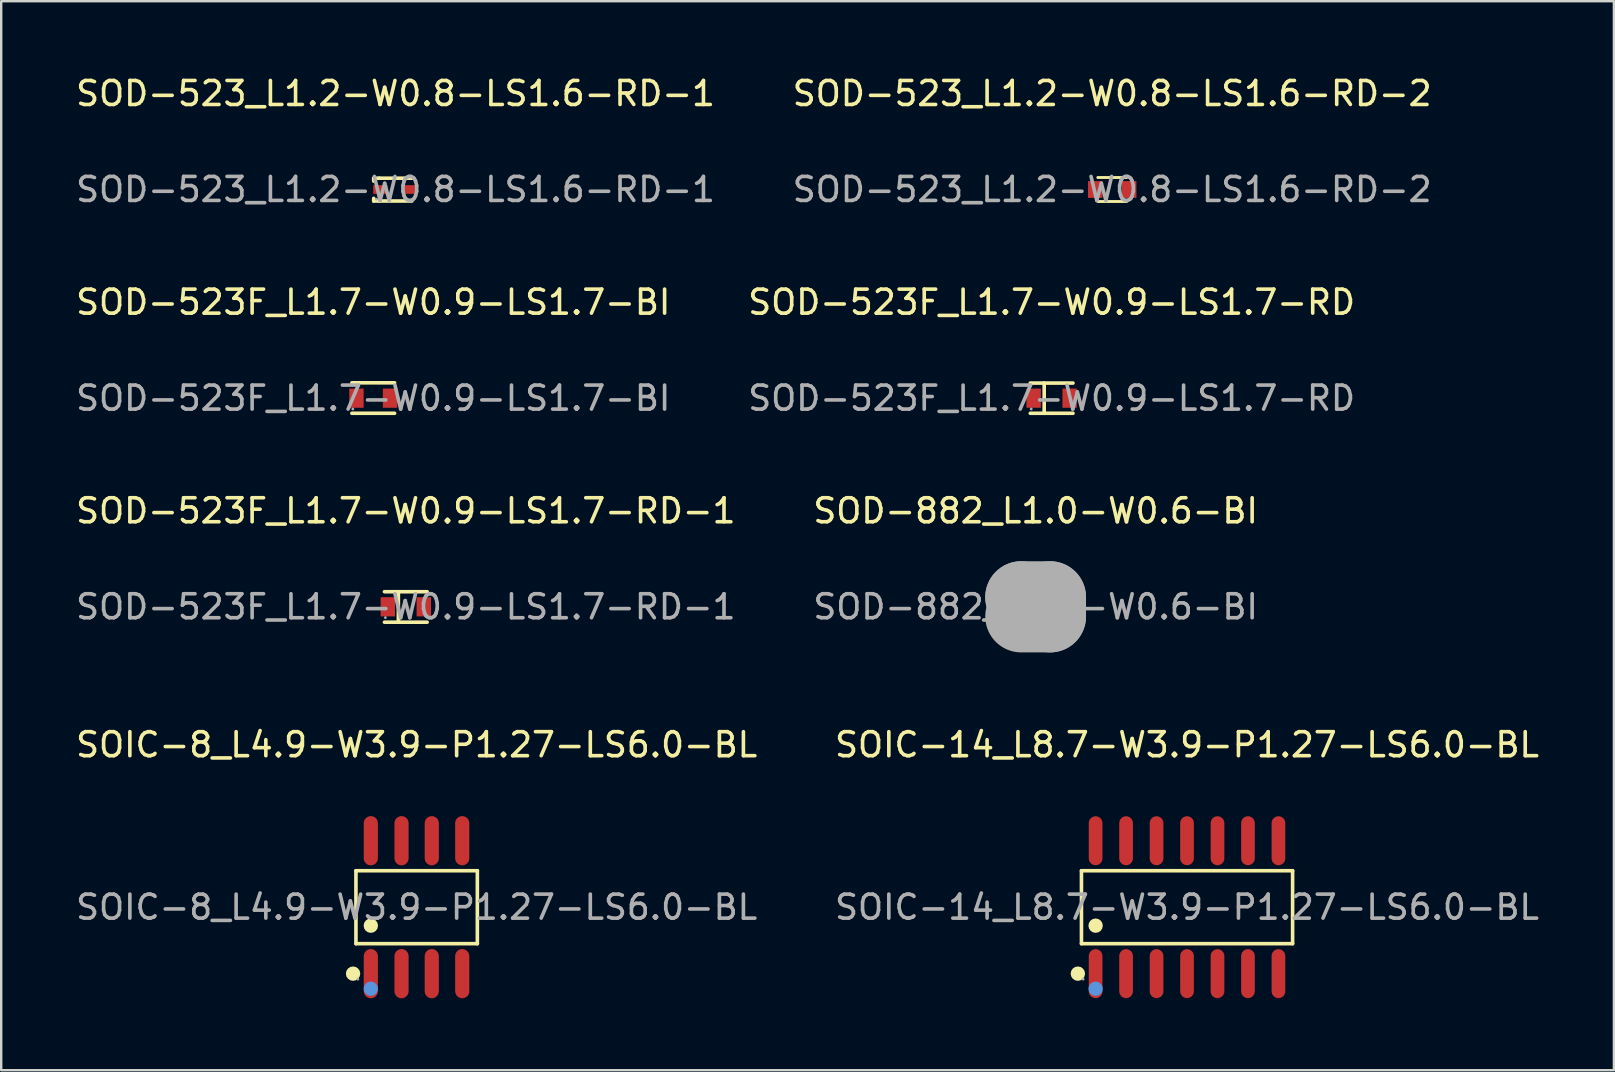
<source format=kicad_pcb>
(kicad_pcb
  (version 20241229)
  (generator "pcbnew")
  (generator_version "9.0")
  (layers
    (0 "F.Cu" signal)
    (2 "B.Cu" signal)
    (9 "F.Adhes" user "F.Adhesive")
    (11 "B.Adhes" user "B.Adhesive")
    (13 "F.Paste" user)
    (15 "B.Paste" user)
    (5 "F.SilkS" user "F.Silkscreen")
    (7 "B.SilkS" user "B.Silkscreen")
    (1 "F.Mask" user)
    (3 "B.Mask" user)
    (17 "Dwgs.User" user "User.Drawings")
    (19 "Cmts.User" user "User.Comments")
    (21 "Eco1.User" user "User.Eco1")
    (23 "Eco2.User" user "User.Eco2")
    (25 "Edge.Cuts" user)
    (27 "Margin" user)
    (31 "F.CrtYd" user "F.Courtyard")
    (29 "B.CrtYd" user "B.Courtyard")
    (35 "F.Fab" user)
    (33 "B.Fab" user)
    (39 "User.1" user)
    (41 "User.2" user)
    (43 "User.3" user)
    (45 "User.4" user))
  (footprint "SOD-523F_L1.7-W0.9-LS1.7-RD"
    (layer "F.Cu")
    (at 40.78 13.545)
    (property "Reference" "SOD-523F_L1.7-W0.9-LS1.7-RD" (at 0 -4 0) (layer "F.SilkS") (effects (font (size 1 1) (thickness 0.15))))
    (attr smd)
    (fp_line (start -0.89 -0.63) (end 0.89 -0.63) (stroke (width 0.15) (type solid)) (layer "F.SilkS"))
    (fp_line (start -0.89 0.63) (end 0.89 0.63) (stroke (width 0.15) (type solid)) (layer "F.SilkS"))
    (fp_line (start -0.31 -0.63) (end -0.31 0.63) (stroke (width 0.15) (type solid)) (layer "F.SilkS"))
    (fp_circle (center -0.85 0.45) (end -0.82 0.45) (stroke (width 0.06) (type solid)) (fill no) (layer "F.Fab"))
    (fp_text user "${REFERENCE}" (at 0 0 0) (layer "F.Fab") (effects (font (size 1 1) (thickness 0.15))))
    (pad "1" smd rect (at -0.75 0) (size 0.6 0.8) (layers "F.Cu" "F.Mask" "F.Paste"))
    (pad "2" smd rect (at 0.75 0) (size 0.6 0.8) (layers "F.Cu" "F.Mask" "F.Paste")))
  (footprint "SOD-523F_L1.7-W0.9-LS1.7-BI"
    (layer "F.Cu")
    (at 12.506 13.545)
    (property "Reference" "SOD-523F_L1.7-W0.9-LS1.7-BI" (at 0 -4 0) (layer "F.SilkS") (effects (font (size 1 1) (thickness 0.15))))
    (attr smd)
    (fp_line (start -0.89 -0.64) (end 0.89 -0.64) (stroke (width 0.15) (type solid)) (layer "F.SilkS"))
    (fp_line (start -0.89 0.63) (end 0.89 0.63) (stroke (width 0.15) (type solid)) (layer "F.SilkS"))
    (fp_circle (center -0.85 0.45) (end -0.82 0.45) (stroke (width 0.06) (type solid)) (fill no) (layer "F.Fab"))
    (fp_text user "${REFERENCE}" (at 0 0 0) (layer "F.Fab") (effects (font (size 1 1) (thickness 0.15))))
    (pad "1" smd rect (at -0.7 0) (size 0.6 0.8) (layers "F.Cu" "F.Mask" "F.Paste"))
    (pad "2" smd rect (at 0.7 0) (size 0.6 0.8) (layers "F.Cu" "F.Mask" "F.Paste")))
  (footprint "SOD-523_L1.2-W0.8-LS1.6-RD-2"
    (layer "F.Cu")
    (at 43.304 4.848)
    (property "Reference" "SOD-523_L1.2-W0.8-LS1.6-RD-2" (at 0 -4 0) (layer "F.SilkS") (effects (font (size 1 1) (thickness 0.15))))
    (attr through_hole)
    (fp_line (start -0.6 -0.5) (end 0.6 -0.5) (stroke (width 0.12) (type solid)) (layer "F.SilkS"))
    (fp_line (start 0.6 0.5) (end -0.6 0.5) (stroke (width 0.12) (type solid)) (layer "F.SilkS"))
    (fp_text user "${REFERENCE}" (at 0 0 0) (layer "F.Fab") (effects (font (size 1 1) (thickness 0.15))))
    (pad "1" smd rect (at -0.71 0 270) (size 0.7 0.6) (layers "F.Cu" "F.Mask" "F.Paste"))
    (pad "2" smd rect (at 0.71 0 270) (size 0.7 0.6) (layers "F.Cu" "F.Mask" "F.Paste")))
  (footprint "SOIC-8_L4.9-W3.9-P1.27-LS6.0-BL"
    (layer "F.Cu")
    (at 14.315 34.76)
    (property "Reference" "SOIC-8_L4.9-W3.9-P1.27-LS6.0-BL" (at 0 -6.77 0) (layer "F.SilkS") (effects (font (size 1 1) (thickness 0.15))))
    (attr smd)
    (fp_line (start -2.53 -1.52) (end 2.53 -1.52) (stroke (width 0.15) (type solid)) (layer "F.SilkS"))
    (fp_line (start -2.53 1.52) (end -2.53 -1.52) (stroke (width 0.15) (type solid)) (layer "F.SilkS"))
    (fp_line (start 2.53 -1.52) (end 2.53 1.52) (stroke (width 0.15) (type solid)) (layer "F.SilkS"))
    (fp_line (start 2.53 1.52) (end -2.53 1.52) (stroke (width 0.15) (type solid)) (layer "F.SilkS"))
    (fp_circle (center -2.65 2.77) (end -2.5 2.77) (stroke (width 0.3) (type solid)) (fill no) (layer "F.SilkS"))
    (fp_circle (center -1.91 0.77) (end -1.76 0.77) (stroke (width 0.3) (type solid)) (fill no) (layer "F.SilkS"))
    (fp_circle (center -1.91 3.4) (end -1.76 3.4) (stroke (width 0.3) (type solid)) (fill no) (layer "Cmts.User"))
    (fp_circle (center -2.45 3) (end -2.42 3) (stroke (width 0.06) (type solid)) (fill no) (layer "F.Fab"))
    (fp_text user "${REFERENCE}" (at 0 0 0) (layer "F.Fab") (effects (font (size 1 1) (thickness 0.15))))
    (pad "1" smd oval (at -1.91 2.77) (size 0.59 2.05) (layers "F.Cu" "F.Mask" "F.Paste"))
    (pad "2" smd oval (at -0.63 2.77) (size 0.59 2.05) (layers "F.Cu" "F.Mask" "F.Paste"))
    (pad "3" smd oval (at 0.63 2.77) (size 0.59 2.05) (layers "F.Cu" "F.Mask" "F.Paste"))
    (pad "4" smd oval (at 1.9 2.77) (size 0.59 2.05) (layers "F.Cu" "F.Mask" "F.Paste"))
    (pad "5" smd oval (at 1.9 -2.77) (size 0.59 2.05) (layers "F.Cu" "F.Mask" "F.Paste"))
    (pad "6" smd oval (at 0.63 -2.77) (size 0.59 2.05) (layers "F.Cu" "F.Mask" "F.Paste"))
    (pad "7" smd oval (at -0.63 -2.77) (size 0.59 2.05) (layers "F.Cu" "F.Mask" "F.Paste"))
    (pad "8" smd oval (at -1.91 -2.77) (size 0.59 2.05) (layers "F.Cu" "F.Mask" "F.Paste")))
  (footprint "SOIC-14_L8.7-W3.9-P1.27-LS6.0-BL"
    (layer "F.Cu")
    (at 46.423 34.76)
    (property "Reference" "SOIC-14_L8.7-W3.9-P1.27-LS6.0-BL" (at 0 -6.77 0) (layer "F.SilkS") (effects (font (size 1 1) (thickness 0.15))))
    (attr smd)
    (fp_line (start -4.4 -1.52) (end 4.4 -1.52) (stroke (width 0.15) (type solid)) (layer "F.SilkS"))
    (fp_line (start -4.4 1.52) (end -4.4 -1.52) (stroke (width 0.15) (type solid)) (layer "F.SilkS"))
    (fp_line (start 4.4 -1.52) (end 4.4 1.52) (stroke (width 0.15) (type solid)) (layer "F.SilkS"))
    (fp_line (start 4.4 1.52) (end -4.4 1.52) (stroke (width 0.15) (type solid)) (layer "F.SilkS"))
    (fp_circle (center -4.55 2.77) (end -4.4 2.77) (stroke (width 0.3) (type solid)) (fill no) (layer "F.SilkS"))
    (fp_circle (center -3.81 0.77) (end -3.66 0.77) (stroke (width 0.3) (type solid)) (fill no) (layer "F.SilkS"))
    (fp_circle (center -3.81 3.4) (end -3.66 3.4) (stroke (width 0.3) (type solid)) (fill no) (layer "Cmts.User"))
    (fp_circle (center -4.33 3) (end -4.3 3) (stroke (width 0.06) (type solid)) (fill no) (layer "F.Fab"))
    (fp_text user "${REFERENCE}" (at 0 0 0) (layer "F.Fab") (effects (font (size 1 1) (thickness 0.15))))
    (pad "1" smd oval (at -3.81 2.77) (size 0.57 2.04) (layers "F.Cu" "F.Mask" "F.Paste"))
    (pad "2" smd oval (at -2.54 2.77) (size 0.57 2.04) (layers "F.Cu" "F.Mask" "F.Paste"))
    (pad "3" smd oval (at -1.27 2.77) (size 0.57 2.04) (layers "F.Cu" "F.Mask" "F.Paste"))
    (pad "4" smd oval (at 0 2.77) (size 0.57 2.04) (layers "F.Cu" "F.Mask" "F.Paste"))
    (pad "5" smd oval (at 1.27 2.77) (size 0.57 2.04) (layers "F.Cu" "F.Mask" "F.Paste"))
    (pad "6" smd oval (at 2.54 2.77) (size 0.57 2.04) (layers "F.Cu" "F.Mask" "F.Paste"))
    (pad "7" smd oval (at 3.81 2.77) (size 0.57 2.04) (layers "F.Cu" "F.Mask" "F.Paste"))
    (pad "8" smd oval (at 3.81 -2.77) (size 0.57 2.04) (layers "F.Cu" "F.Mask" "F.Paste"))
    (pad "9" smd oval (at 2.54 -2.77) (size 0.57 2.04) (layers "F.Cu" "F.Mask" "F.Paste"))
    (pad "10" smd oval (at 1.27 -2.77) (size 0.57 2.04) (layers "F.Cu" "F.Mask" "F.Paste"))
    (pad "11" smd oval (at 0 -2.77) (size 0.57 2.04) (layers "F.Cu" "F.Mask" "F.Paste"))
    (pad "12" smd oval (at -1.27 -2.77) (size 0.57 2.04) (layers "F.Cu" "F.Mask" "F.Paste"))
    (pad "13" smd oval (at -2.54 -2.77) (size 0.57 2.04) (layers "F.Cu" "F.Mask" "F.Paste"))
    (pad "14" smd oval (at -3.81 -2.77) (size 0.57 2.04) (layers "F.Cu" "F.Mask" "F.Paste")))
  (footprint "SOD-523_L1.2-W0.8-LS1.6-RD-1"
    (layer "F.Cu")
    (at 13.435 4.848)
    (property "Reference" "SOD-523_L1.2-W0.8-LS1.6-RD-1" (at 0 -4 0) (layer "F.SilkS") (effects (font (size 1 1) (thickness 0.15))))
    (attr smd)
    (fp_line (start -0.91 -0.47) (end -0.91 -0.35) (stroke (width 0.15) (type solid)) (layer "F.SilkS"))
    (fp_line (start -0.91 0.37) (end -0.91 0.48) (stroke (width 0.15) (type solid)) (layer "F.SilkS"))
    (fp_line (start -0.91 0.48) (end -0.67 0.48) (stroke (width 0.15) (type solid)) (layer "F.SilkS"))
    (fp_line (start -0.67 -0.47) (end -0.91 -0.47) (stroke (width 0.15) (type solid)) (layer "F.SilkS"))
    (fp_line (start -0.67 -0.47) (end 0.68 -0.47) (stroke (width 0.15) (type solid)) (layer "F.SilkS"))
    (fp_line (start -0.67 0.48) (end 0.68 0.48) (stroke (width 0.15) (type solid)) (layer "F.SilkS"))
    (fp_circle (center -0.8 0.4) (end -0.77 0.4) (stroke (width 0.06) (type solid)) (fill no) (layer "F.Fab"))
    (fp_text user "${REFERENCE}" (at 0 0 0) (layer "F.Fab") (effects (font (size 1 1) (thickness 0.15))))
    (pad "1" smd rect (at -0.63 0 180) (size 0.6 0.36) (layers "F.Cu" "F.Mask" "F.Paste"))
    (pad "2" smd rect (at 0.63 0 180) (size 0.6 0.36) (layers "F.Cu" "F.Mask" "F.Paste")))
  (footprint "SOD-523F_L1.7-W0.9-LS1.7-RD-1"
    (layer "F.Cu")
    (at 13.863 22.241)
    (property "Reference" "SOD-523F_L1.7-W0.9-LS1.7-RD-1" (at 0 -4 0) (layer "F.SilkS") (effects (font (size 1 1) (thickness 0.15))))
    (attr smd)
    (fp_line (start -0.89 -0.63) (end 0.89 -0.63) (stroke (width 0.15) (type solid)) (layer "F.SilkS"))
    (fp_line (start -0.89 0.64) (end 0.89 0.64) (stroke (width 0.15) (type solid)) (layer "F.SilkS"))
    (fp_line (start -0.31 -0.63) (end -0.31 0.64) (stroke (width 0.15) (type solid)) (layer "F.SilkS"))
    (fp_circle (center -0.85 0.45) (end -0.82 0.45) (stroke (width 0.06) (type solid)) (fill no) (layer "F.Fab"))
    (fp_text user "${REFERENCE}" (at 0 0 0) (layer "F.Fab") (effects (font (size 1 1) (thickness 0.15))))
    (pad "1" smd rect (at -0.75 0) (size 0.6 0.8) (layers "F.Cu" "F.Mask" "F.Paste"))
    (pad "2" smd rect (at 0.75 0) (size 0.6 0.8) (layers "F.Cu" "F.Mask" "F.Paste")))
  (footprint "SOD-882_L1.0-W0.6-BI"
    (layer "F.Cu")
    (at 40.113 22.241)
    (property "Reference" "SOD-882_L1.0-W0.6-BI" (at 0 -4 0) (layer "F.SilkS") (effects (font (size 1 1) (thickness 0.15))))
    (attr smd)
    (fp_line (start -0.75 0.25) (end -0.75 -0.25) (stroke (width 0.1) (type solid)) (layer "F.SilkS"))
    (fp_line (start 0.75 -0.25) (end 0.75 0.25) (stroke (width 0.1) (type solid)) (layer "F.SilkS"))
    (fp_line (start -0.6 -0.4) (end -0.6 -0.4) (stroke (width 3) (type solid)) (layer "F.Fab"))
    (fp_line (start -0.6 -0.4) (end 0.6 -0.4) (stroke (width 3) (type solid)) (layer "F.Fab"))
    (fp_line (start 0.6 -0.4) (end 0.6 0.4) (stroke (width 3) (type solid)) (layer "F.Fab"))
    (fp_line (start 0.6 0.4) (end -0.6 0.4) (stroke (width 3) (type solid)) (layer "F.Fab"))
    (fp_circle (center -0.5 0.3) (end -0.47 0.3) (stroke (width 0.06) (type solid)) (fill no) (layer "F.Fab"))
    (fp_text user "${REFERENCE}" (at 0 0 0) (layer "F.Fab") (effects (font (size 1 1) (thickness 0.15))))
    (pad "1" smd rect (at -0.32 0) (size 0.3 0.6) (layers "F.Cu" "F.Mask" "F.Paste"))
    (pad "2" smd rect (at 0.32 0) (size 0.3 0.6) (layers "F.Cu" "F.Mask" "F.Paste")))
  (gr_rect
    (start -3 -3)
    (end 64.214 41.554)
    (stroke (width 0.1) (type default))
    (fill no)
    (layer "Edge.Cuts")))
</source>
